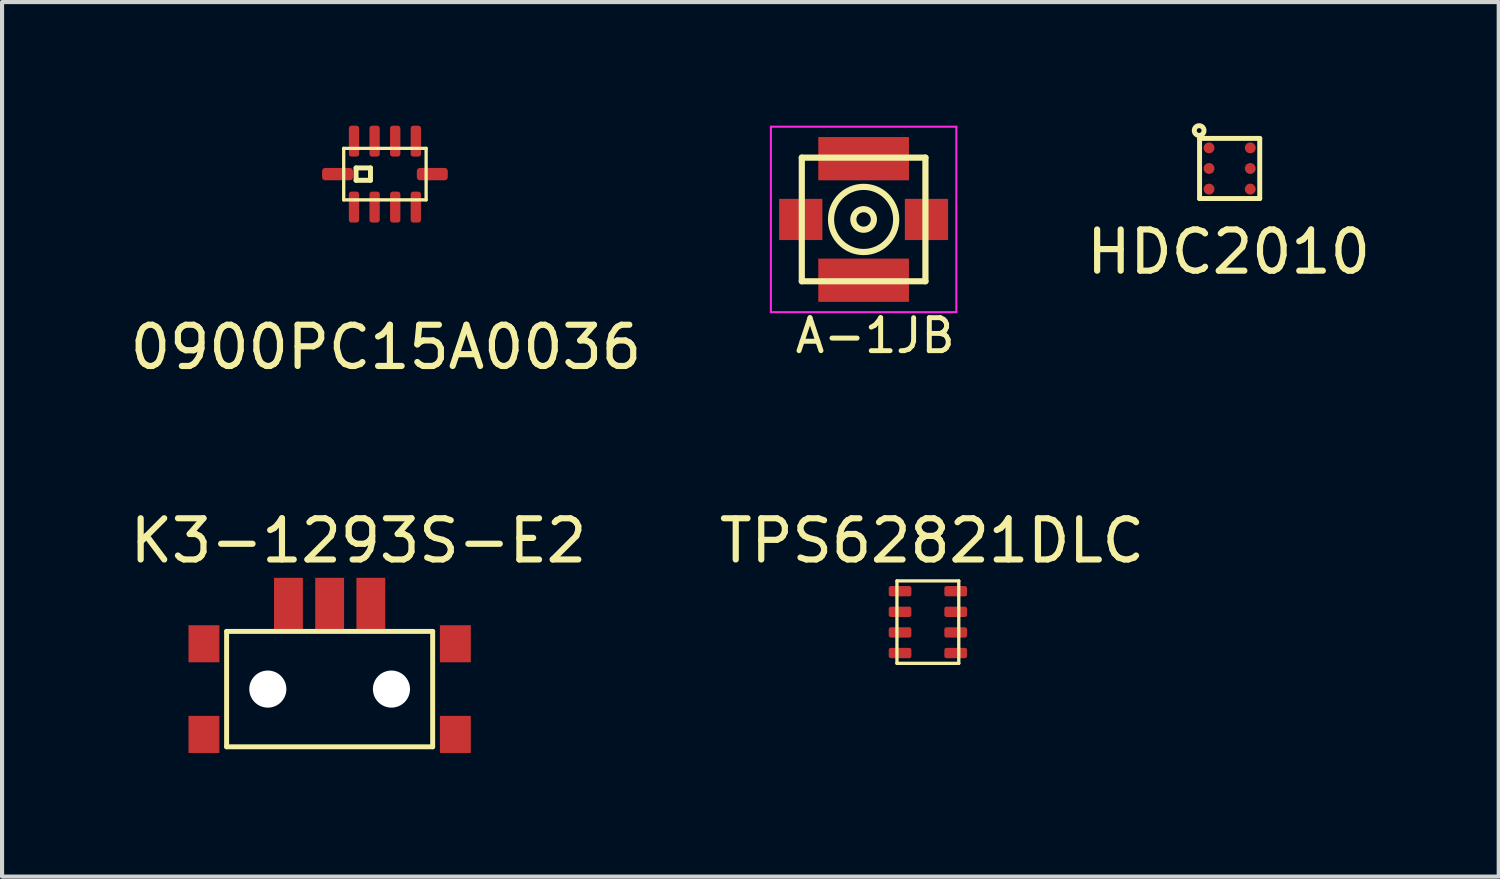
<source format=kicad_pcb>
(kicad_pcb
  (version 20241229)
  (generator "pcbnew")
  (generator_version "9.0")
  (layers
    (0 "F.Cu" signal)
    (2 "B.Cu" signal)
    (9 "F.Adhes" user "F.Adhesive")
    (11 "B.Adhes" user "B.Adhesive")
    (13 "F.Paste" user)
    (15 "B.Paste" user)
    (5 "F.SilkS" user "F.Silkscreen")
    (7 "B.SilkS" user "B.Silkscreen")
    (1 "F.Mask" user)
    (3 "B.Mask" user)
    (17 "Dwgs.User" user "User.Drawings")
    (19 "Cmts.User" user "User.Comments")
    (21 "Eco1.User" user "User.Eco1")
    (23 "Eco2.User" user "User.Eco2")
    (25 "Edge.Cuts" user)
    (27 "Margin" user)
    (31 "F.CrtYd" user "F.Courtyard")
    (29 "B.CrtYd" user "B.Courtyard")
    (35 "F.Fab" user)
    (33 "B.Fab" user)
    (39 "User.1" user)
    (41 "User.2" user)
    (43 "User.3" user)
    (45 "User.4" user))
  (footprint "TPS62821DLC"
    (layer "F.Cu")
    (at 19.465 12.046)
    (property "Reference" "TPS62821DLC" (at 0.1 -1.975 0) (layer "F.SilkS") (effects (font (size 1 1) (thickness 0.15))))
    (attr through_hole)
    (fp_line (start -0.75 -1) (end -0.75 1) (stroke (width 0.08) (type solid)) (layer "F.SilkS"))
    (fp_line (start -0.75 1) (end 0.75 1) (stroke (width 0.08) (type solid)) (layer "F.SilkS"))
    (fp_line (start 0.75 -1) (end -0.75 -1) (stroke (width 0.08) (type solid)) (layer "F.SilkS"))
    (fp_line (start 0.75 1) (end 0.75 -1) (stroke (width 0.08) (type solid)) (layer "F.SilkS"))
    (pad "1" smd roundrect (at -0.675 -0.75) (size 0.55 0.25) (layers "F.Cu" "F.Mask" "F.Paste") (roundrect_rratio 0.2))
    (pad "2" smd roundrect (at -0.675 -0.25) (size 0.55 0.25) (layers "F.Cu" "F.Mask" "F.Paste") (roundrect_rratio 0.2))
    (pad "3" smd roundrect (at -0.675 0.25) (size 0.55 0.25) (layers "F.Cu" "F.Mask" "F.Paste") (roundrect_rratio 0.2))
    (pad "4" smd roundrect (at -0.675 0.75) (size 0.55 0.25) (layers "F.Cu" "F.Mask" "F.Paste") (roundrect_rratio 0.2))
    (pad "5" smd roundrect (at 0.675 0.75) (size 0.55 0.25) (layers "F.Cu" "F.Mask" "F.Paste") (roundrect_rratio 0.2))
    (pad "6" smd roundrect (at 0.675 0.25) (size 0.55 0.25) (layers "F.Cu" "F.Mask" "F.Paste") (roundrect_rratio 0.2))
    (pad "7" smd roundrect (at 0.675 -0.25) (size 0.55 0.25) (layers "F.Cu" "F.Mask" "F.Paste") (roundrect_rratio 0.2))
    (pad "8" smd roundrect (at 0.675 -0.75) (size 0.55 0.25) (layers "F.Cu" "F.Mask" "F.Paste") (roundrect_rratio 0.2)))
  (footprint "K3-1293S-E2"
    (layer "F.Cu")
    (at 4.949 13.671)
    (property "Reference" "K3-1293S-E2" (at 0.7 -3.6 0) (layer "F.SilkS") (effects (font (size 1 1) (thickness 0.15))))
    (attr through_hole)
    (fp_line (start -2.5 -1.4) (end -2.5 1.4) (stroke (width 0.12) (type solid)) (layer "F.SilkS"))
    (fp_line (start -2.5 1.4) (end 2.5 1.4) (stroke (width 0.12) (type solid)) (layer "F.SilkS"))
    (fp_line (start 2.5 -1.4) (end -2.5 -1.4) (stroke (width 0.12) (type solid)) (layer "F.SilkS"))
    (fp_line (start 2.5 1.4) (end 2.5 -1.4) (stroke (width 0.12) (type solid)) (layer "F.SilkS"))
    (pad "" smd rect (at -3.05 -1.1) (size 0.75 0.9) (layers "F.Cu" "F.Mask" "F.Paste"))
    (pad "" smd rect (at -3.05 1.1) (size 0.75 0.9) (layers "F.Cu" "F.Mask" "F.Paste"))
    (pad "" np_thru_hole circle (at -1.5 0) (size 0.9 0.9) (drill 0.9) (layers "*.Cu" "*.Mask"))
    (pad "" np_thru_hole circle (at 1.5 0) (size 0.9 0.9) (drill 0.9) (layers "*.Cu" "*.Mask"))
    (pad "" smd rect (at 3.05 -1.1) (size 0.75 0.9) (layers "F.Cu" "F.Mask" "F.Paste"))
    (pad "" smd rect (at 3.05 1.1) (size 0.75 0.9) (layers "F.Cu" "F.Mask" "F.Paste"))
    (pad "1" smd rect (at -1 -2.05) (size 0.7 1.3) (layers "F.Cu" "F.Mask" "F.Paste"))
    (pad "2" smd rect (at 0 -2.05) (size 0.7 1.3) (layers "F.Cu" "F.Mask" "F.Paste"))
    (pad "3" smd rect (at 1 -2.05) (size 0.7 1.3) (layers "F.Cu" "F.Mask" "F.Paste")))
  (footprint "HDC2010"
    (layer "F.Cu")
    (at 26.788 1.038)
    (property "Reference" "HDC2010" (at -0.025 2.025 0) (layer "F.SilkS") (effects (font (size 1 1) (thickness 0.15))))
    (attr through_hole)
    (fp_line (start -0.73 -0.73) (end 0.73 -0.73) (stroke (width 0.12) (type solid)) (layer "F.SilkS"))
    (fp_line (start -0.73 0.73) (end -0.73 -0.73) (stroke (width 0.12) (type solid)) (layer "F.SilkS"))
    (fp_line (start 0.73 -0.73) (end 0.73 0.73) (stroke (width 0.12) (type solid)) (layer "F.SilkS"))
    (fp_line (start 0.73 0.73) (end -0.73 0.73) (stroke (width 0.12) (type solid)) (layer "F.SilkS"))
    (fp_circle (center -0.74 -0.92) (end -0.69 -0.89) (stroke (width 0.12) (type solid)) (fill no) (layer "F.SilkS"))
    (pad "A1" smd circle (at -0.5 -0.5) (size 0.263 0.263) (layers "F.Cu" "F.Mask" "F.Paste"))
    (pad "A2" smd circle (at 0.5 -0.5) (size 0.263 0.263) (layers "F.Cu" "F.Mask" "F.Paste"))
    (pad "B1" smd circle (at -0.5 0) (size 0.263 0.263) (layers "F.Cu" "F.Mask" "F.Paste"))
    (pad "B2" smd circle (at 0.5 0) (size 0.263 0.263) (layers "F.Cu" "F.Mask" "F.Paste"))
    (pad "C1" smd circle (at -0.5 0.5) (size 0.263 0.263) (layers "F.Cu" "F.Mask" "F.Paste"))
    (pad "C2" smd circle (at 0.5 0.5) (size 0.263 0.263) (layers "F.Cu" "F.Mask" "F.Paste")))
  (footprint "A-1JB"
    (layer "F.Cu")
    (at 17.906 2.275)
    (property "Reference" "A-1JB" (at 0.28 2.82 0) (layer "F.SilkS") (effects (font (size 0.8 0.8) (thickness 0.12))))
    (attr through_hole)
    (fp_line (start -1.5 -1.5) (end 1.5 -1.5) (stroke (width 0.15) (type solid)) (layer "F.SilkS"))
    (fp_line (start -1.5 1.5) (end -1.5 -1.5) (stroke (width 0.15) (type solid)) (layer "F.SilkS"))
    (fp_line (start 1.5 -1.5) (end 1.5 1.5) (stroke (width 0.15) (type solid)) (layer "F.SilkS"))
    (fp_line (start 1.5 1.5) (end -1.5 1.5) (stroke (width 0.15) (type solid)) (layer "F.SilkS"))
    (fp_circle (center 0 0) (end 0.25 0) (stroke (width 0.15) (type solid)) (fill no) (layer "F.SilkS"))
    (fp_circle (center 0 0) (end 0.75 -0.25) (stroke (width 0.15) (type solid)) (fill no) (layer "F.SilkS"))
    (fp_line (start -2.25 -2.25) (end -2.25 2.25) (stroke (width 0.05) (type solid)) (layer "F.CrtYd"))
    (fp_line (start -2.25 2.25) (end 2.25 2.25) (stroke (width 0.05) (type solid)) (layer "F.CrtYd"))
    (fp_line (start 2.25 -2.25) (end -2.25 -2.25) (stroke (width 0.05) (type solid)) (layer "F.CrtYd"))
    (fp_line (start 2.25 2.25) (end 2.25 -2.25) (stroke (width 0.05) (type solid)) (layer "F.CrtYd"))
    (pad "1" smd rect (at 1.525 0) (size 1.05 1) (layers "F.Cu" "F.Mask" "F.Paste"))
    (pad "2" smd rect (at 0 -1.475) (size 2.2 1.05) (layers "F.Cu" "F.Mask" "F.Paste"))
    (pad "3" smd rect (at -1.525 0) (size 1.05 1) (layers "F.Cu" "F.Mask" "F.Paste"))
    (pad "4" smd rect (at 0 1.475) (size 2.2 1.05) (layers "F.Cu" "F.Mask" "F.Paste")))
  (footprint "0900PC15A0036"
    (layer "F.Cu")
    (at 6.29 1.175)
    (property "Reference" "0900PC15A0036" (at 0.025 4.2 0) (layer "F.SilkS") (effects (font (size 1 1) (thickness 0.15))))
    (attr through_hole)
    (fp_line (start -1 -0.625) (end 1 -0.625) (stroke (width 0.08) (type solid)) (layer "F.SilkS"))
    (fp_line (start -1 0.625) (end -1 -0.625) (stroke (width 0.08) (type solid)) (layer "F.SilkS"))
    (fp_line (start -0.7 -0.15) (end -0.7 0.15) (stroke (width 0.12) (type solid)) (layer "F.SilkS"))
    (fp_line (start -0.7 0.15) (end -0.35 0.15) (stroke (width 0.12) (type solid)) (layer "F.SilkS"))
    (fp_line (start -0.35 -0.15) (end -0.7 -0.15) (stroke (width 0.12) (type solid)) (layer "F.SilkS"))
    (fp_line (start -0.35 0.15) (end -0.35 -0.15) (stroke (width 0.12) (type solid)) (layer "F.SilkS"))
    (fp_line (start 1 -0.625) (end 1 0.625) (stroke (width 0.08) (type solid)) (layer "F.SilkS"))
    (fp_line (start 1 0.625) (end -1 0.625) (stroke (width 0.08) (type solid)) (layer "F.SilkS"))
    (pad "1" smd roundrect (at -0.75 0.8) (size 0.25 0.75) (layers "F.Cu" "F.Mask" "F.Paste") (roundrect_rratio 0.25))
    (pad "2" smd roundrect (at -0.25 0.8) (size 0.25 0.75) (layers "F.Cu" "F.Mask" "F.Paste") (roundrect_rratio 0.25))
    (pad "3" smd roundrect (at 0.25 0.8) (size 0.25 0.75) (layers "F.Cu" "F.Mask" "F.Paste") (roundrect_rratio 0.25))
    (pad "4" smd roundrect (at 0.75 0.8) (size 0.25 0.75) (layers "F.Cu" "F.Mask" "F.Paste") (roundrect_rratio 0.25))
    (pad "5" smd roundrect (at 1.15 0 90) (size 0.3 0.75) (layers "F.Cu" "F.Mask" "F.Paste") (roundrect_rratio 0.25))
    (pad "6" smd roundrect (at 0.75 -0.8) (size 0.25 0.75) (layers "F.Cu" "F.Mask" "F.Paste") (roundrect_rratio 0.25))
    (pad "7" smd roundrect (at 0.25 -0.8) (size 0.25 0.75) (layers "F.Cu" "F.Mask" "F.Paste") (roundrect_rratio 0.25))
    (pad "8" smd roundrect (at -0.25 -0.8) (size 0.25 0.75) (layers "F.Cu" "F.Mask" "F.Paste") (roundrect_rratio 0.25))
    (pad "9" smd roundrect (at -0.75 -0.8) (size 0.25 0.75) (layers "F.Cu" "F.Mask" "F.Paste") (roundrect_rratio 0.25))
    (pad "10" smd roundrect (at -1.15 0 90) (size 0.3 0.75) (layers "F.Cu" "F.Mask" "F.Paste") (roundrect_rratio 0.25)))
  (gr_rect
    (start -3 -3)
    (end 33.317 18.221)
    (stroke (width 0.1) (type default))
    (fill no)
    (layer "Edge.Cuts")))
</source>
